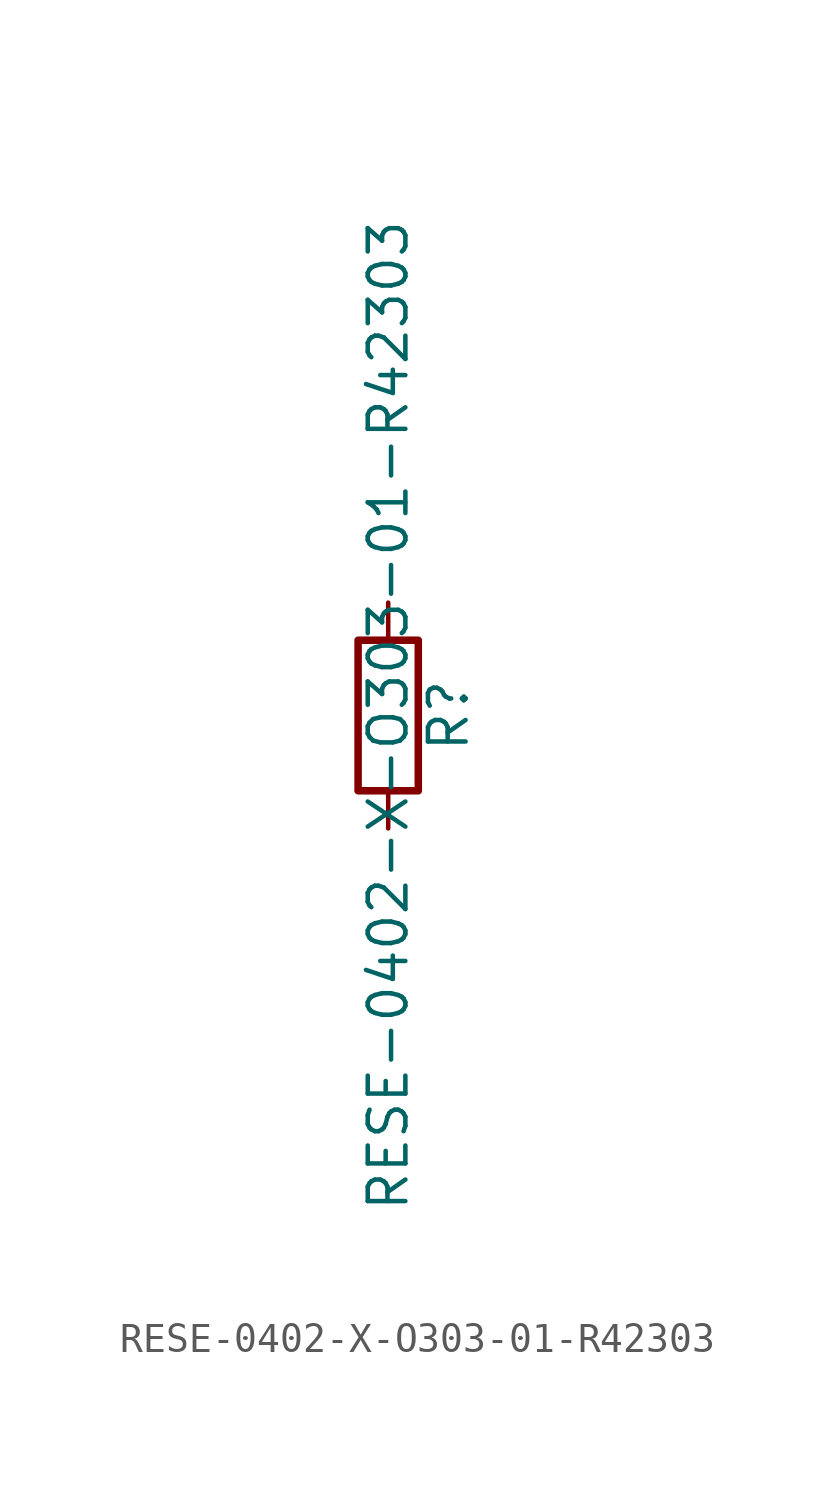
<source format=kicad_sym>
(kicad_symbol_lib
  (version 20211014)
  (generator kicad_symbol_editor)
  (symbol "RESE-0402-X-O303-01-R42303"
    (pin_numbers hide)
    (pin_names
      (offset 0))
    (property "Reference" "R"
      (at 2.032 0 90)
      (effects (font (size 1.27 1.27))))
    (property "Value" "RESE-0402-X-O303-01-R42303"
      (at 0 0 90)
      (effects (font (size 1.27 1.27))))
    (symbol "RESE-0402-X-O303-01-R42303_0_1"
      (rectangle (start -1.016 -2.54) (end 1.016 2.54) (stroke (width 0.254) (type default) (color 0 0 0 0)) (fill (type none))))
    (symbol "RESE-0402-X-O303-01-R42303_1_1"
      (pin passive line (at 0 3.81 270) (length 1.27) (name "~" (effects (font (size 1.27 1.27)))) (number "1" (effects (font (size 1.27 1.27)))))
      (pin passive line (at 0 -3.81 90) (length 1.27) (name "~" (effects (font (size 1.27 1.27)))) (number "2" (effects (font (size 1.27 1.27))))))))
</source>
